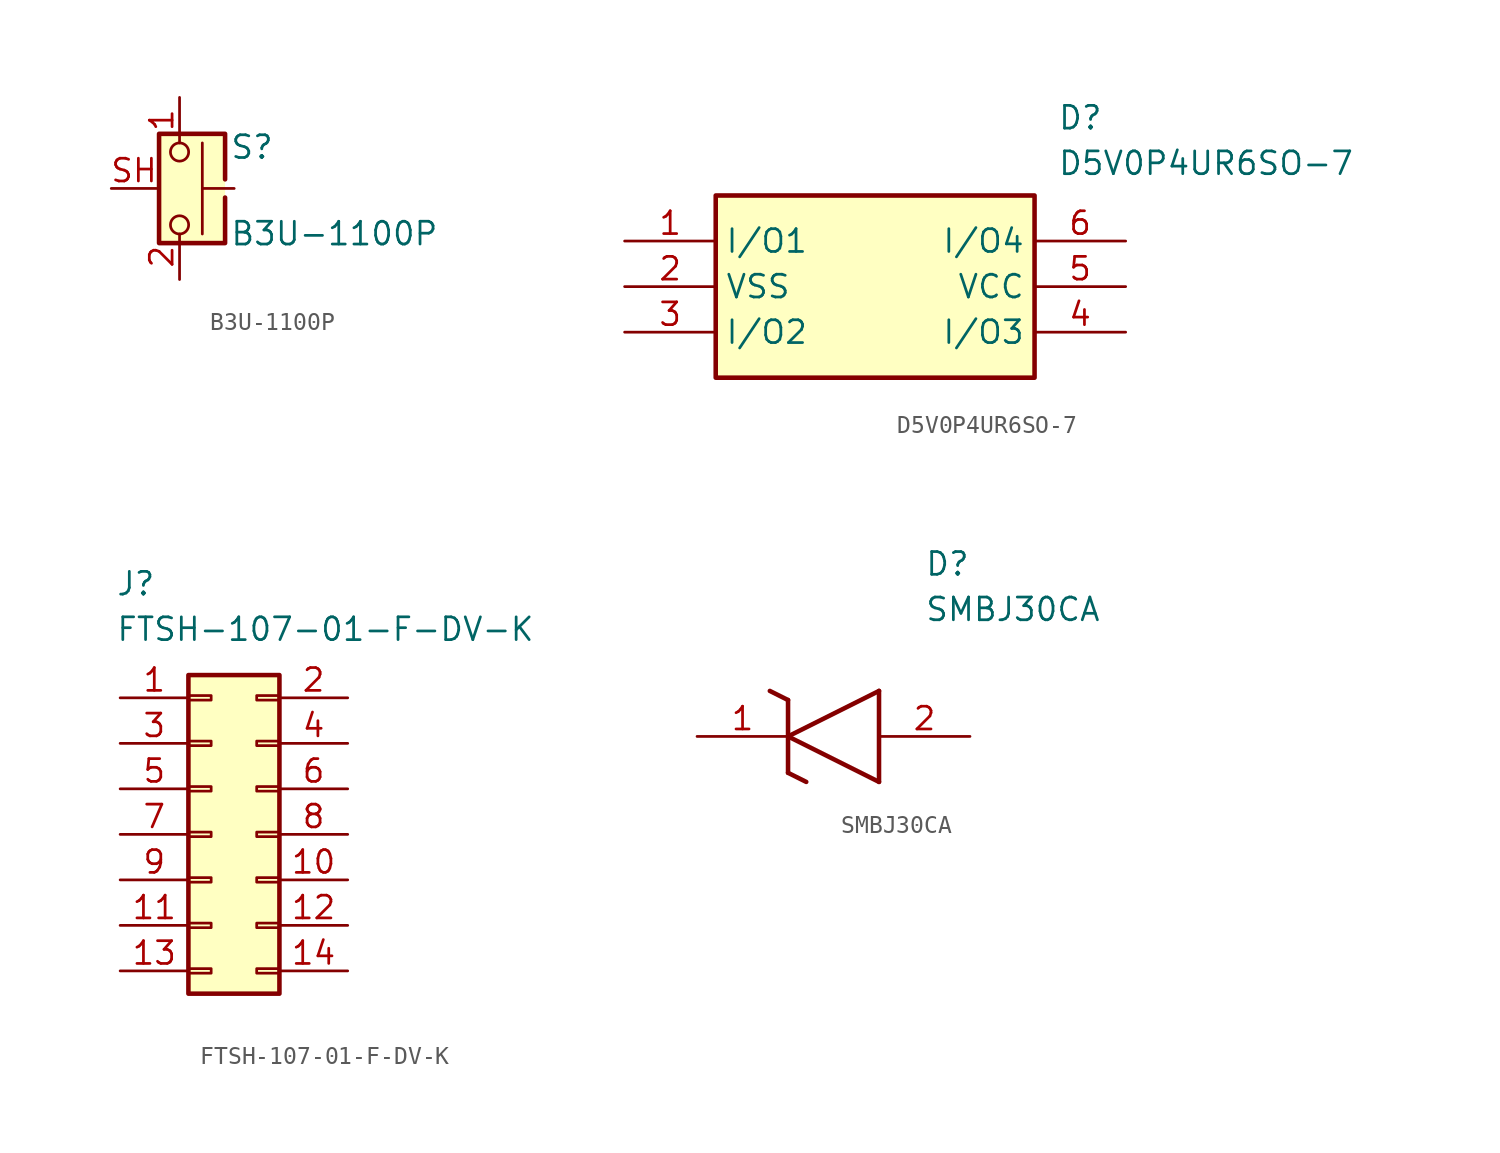
<source format=kicad_sym>
(kicad_symbol_lib
  (version 20231120)
  (generator "kicad_symbol_editor")
  (generator_version "8.0")
  (symbol "B3U-1100P"
    (property "Reference" "S"
      (at 16.764 -10.922 0)
      (effects (font (size 1.27 1.27)) (justify left top)))
    (property "Value" "B3U-1100P"
      (at 16.764 -15.748 0)
      (effects (font (size 1.27 1.27)) (justify left top)))
    (symbol "B3U-1100P_0_1"
      (polyline (pts (xy 15.24 -16.51) (xy 15.24 -11.43)) (stroke (width 0) (type default)) (fill (type none)))
      (polyline (pts (xy 15.24 -13.97) (xy 17.018 -13.97)) (stroke (width 0) (type default)) (fill (type none)))
      (polyline (pts (xy 16.51 -14.478) (xy 16.51 -17.018) (xy 12.827 -17.018) (xy 12.827 -10.922) (xy 16.51 -10.922) (xy 16.51 -13.462)) (stroke (width -0.025) (type default)) (fill (type none)))
      (polyline (pts (xy 16.51 -14.478) (xy 16.51 -17.018) (xy 12.827 -17.018) (xy 12.827 -10.922) (xy 16.51 -10.922) (xy 16.51 -13.462)) (stroke (width 0.254) (type default)) (fill (type none)))
      (circle (center 13.97 -16.002) (radius 0.508) (stroke (width 0) (type default)) (fill (type none)))
      (circle (center 13.97 -11.938) (radius 0.508) (stroke (width 0) (type default)) (fill (type none))))
    (symbol "B3U-1100P_1_1"
      (rectangle (start 16.51 -10.922) (end 12.7 -17.018) (stroke (width -0.025) (type default)) (fill (type background)))
      (pin passive line (at 13.97 -8.89 270) (length 2.54) (name "" (effects (font (size 1.27 1.27)))) (number "1" (effects (font (size 1.27 1.27)))))
      (pin passive line (at 13.97 -19.05 90) (length 2.54) (name "" (effects (font (size 1.27 1.27)))) (number "2" (effects (font (size 1.27 1.27)))))
      (pin passive line (at 10.16 -13.97 0) (length 2.54) (name "" (effects (font (size 1.27 1.27)))) (number "SH" (effects (font (size 1.27 1.27)))))))
  (symbol "D5V0P4UR6SO-7"
    (property "Reference" "D"
      (at 24.13 7.62 0)
      (effects (font (size 1.27 1.27)) (justify left top)))
    (property "Value" "D5V0P4UR6SO-7"
      (at 24.13 5.08 0)
      (effects (font (size 1.27 1.27)) (justify left top)))
    (symbol "D5V0P4UR6SO-7_1_1"
      (rectangle (start 5.08 2.54) (end 22.86 -7.62) (stroke (width 0.254) (type default)) (fill (type background)))
      (pin passive line (at 0 0 0) (length 5.08) (name "I/O1" (effects (font (size 1.27 1.27)))) (number "1" (effects (font (size 1.27 1.27)))))
      (pin passive line (at 0 -2.54 0) (length 5.08) (name "VSS" (effects (font (size 1.27 1.27)))) (number "2" (effects (font (size 1.27 1.27)))))
      (pin passive line (at 0 -5.08 0) (length 5.08) (name "I/O2" (effects (font (size 1.27 1.27)))) (number "3" (effects (font (size 1.27 1.27)))))
      (pin passive line (at 27.94 -5.08 180) (length 5.08) (name "I/O3" (effects (font (size 1.27 1.27)))) (number "4" (effects (font (size 1.27 1.27)))))
      (pin passive line (at 27.94 -2.54 180) (length 5.08) (name "VCC" (effects (font (size 1.27 1.27)))) (number "5" (effects (font (size 1.27 1.27)))))
      (pin passive line (at 27.94 0 180) (length 5.08) (name "I/O4" (effects (font (size 1.27 1.27)))) (number "6" (effects (font (size 1.27 1.27)))))))
  (symbol "FTSH-107-01-F-DV-K"
    (property "Reference" "J"
      (at -6.604 14.732 0)
      (effects (font (size 1.27 1.27)) (justify left top)))
    (property "Value" "FTSH-107-01-F-DV-K"
      (at -6.604 12.192 0)
      (effects (font (size 1.27 1.27)) (justify left top)))
    (symbol "FTSH-107-01-F-DV-K_1_1"
      (rectangle (start -2.54 -7.493) (end -1.27 -7.747) (stroke (width 0.152) (type default)) (fill (type none)))
      (rectangle (start -2.54 -4.953) (end -1.27 -5.207) (stroke (width 0.152) (type default)) (fill (type none)))
      (rectangle (start -2.54 -2.413) (end -1.27 -2.667) (stroke (width 0.152) (type default)) (fill (type none)))
      (rectangle (start -2.54 0.127) (end -1.27 -0.127) (stroke (width 0.152) (type default)) (fill (type none)))
      (rectangle (start -2.54 2.667) (end -1.27 2.413) (stroke (width 0.152) (type default)) (fill (type none)))
      (rectangle (start -2.54 5.207) (end -1.27 4.953) (stroke (width 0.152) (type default)) (fill (type none)))
      (rectangle (start -2.54 7.747) (end -1.27 7.493) (stroke (width 0.152) (type default)) (fill (type none)))
      (rectangle (start -2.54 8.89) (end 2.54 -8.89) (stroke (width 0.254) (type default)) (fill (type background)))
      (rectangle (start 2.54 -7.493) (end 1.27 -7.747) (stroke (width 0.152) (type default)) (fill (type none)))
      (rectangle (start 2.54 -4.953) (end 1.27 -5.207) (stroke (width 0.152) (type default)) (fill (type none)))
      (rectangle (start 2.54 -2.413) (end 1.27 -2.667) (stroke (width 0.152) (type default)) (fill (type none)))
      (rectangle (start 2.54 0.127) (end 1.27 -0.127) (stroke (width 0.152) (type default)) (fill (type none)))
      (rectangle (start 2.54 2.667) (end 1.27 2.413) (stroke (width 0.152) (type default)) (fill (type none)))
      (rectangle (start 2.54 5.207) (end 1.27 4.953) (stroke (width 0.152) (type default)) (fill (type none)))
      (rectangle (start 2.54 7.747) (end 1.27 7.493) (stroke (width 0.152) (type default)) (fill (type none)))
      (pin passive line (at -6.35 7.62 0) (length 3.81) (name "" (effects (font (size 1.27 1.27)))) (number "1" (effects (font (size 1.27 1.27)))))
      (pin passive line (at 6.35 -2.54 180) (length 3.81) (name "" (effects (font (size 1.27 1.27)))) (number "10" (effects (font (size 1.27 1.27)))))
      (pin passive line (at -6.35 -5.08 0) (length 3.81) (name "" (effects (font (size 1.27 1.27)))) (number "11" (effects (font (size 1.27 1.27)))))
      (pin passive line (at 6.35 -5.08 180) (length 3.81) (name "" (effects (font (size 1.27 1.27)))) (number "12" (effects (font (size 1.27 1.27)))))
      (pin passive line (at -6.35 -7.62 0) (length 3.81) (name "" (effects (font (size 1.27 1.27)))) (number "13" (effects (font (size 1.27 1.27)))))
      (pin passive line (at 6.35 -7.62 180) (length 3.81) (name "" (effects (font (size 1.27 1.27)))) (number "14" (effects (font (size 1.27 1.27)))))
      (pin passive line (at 6.35 7.62 180) (length 3.81) (name "" (effects (font (size 1.27 1.27)))) (number "2" (effects (font (size 1.27 1.27)))))
      (pin passive line (at -6.35 5.08 0) (length 3.81) (name "" (effects (font (size 1.27 1.27)))) (number "3" (effects (font (size 1.27 1.27)))))
      (pin passive line (at 6.35 5.08 180) (length 3.81) (name "" (effects (font (size 1.27 1.27)))) (number "4" (effects (font (size 1.27 1.27)))))
      (pin passive line (at -6.35 2.54 0) (length 3.81) (name "" (effects (font (size 1.27 1.27)))) (number "5" (effects (font (size 1.27 1.27)))))
      (pin passive line (at 6.35 2.54 180) (length 3.81) (name "" (effects (font (size 1.27 1.27)))) (number "6" (effects (font (size 1.27 1.27)))))
      (pin passive line (at -6.35 0 0) (length 3.81) (name "" (effects (font (size 1.27 1.27)))) (number "7" (effects (font (size 1.27 1.27)))))
      (pin passive line (at 6.35 0 180) (length 3.81) (name "" (effects (font (size 1.27 1.27)))) (number "8" (effects (font (size 1.27 1.27)))))
      (pin passive line (at -6.35 -2.54 0) (length 3.81) (name "" (effects (font (size 1.27 1.27)))) (number "9" (effects (font (size 1.27 1.27)))))))
  (symbol "SMBJ30CA"
    (pin_names hide)
    (property "Reference" "D"
      (at 12.7 8.89 0)
      (effects (font (size 1.27 1.27)) (justify left bottom)))
    (property "Value" "SMBJ30CA"
      (at 12.7 6.35 0)
      (effects (font (size 1.27 1.27)) (justify left bottom)))
    (symbol "SMBJ30CA_1_1"
      (polyline (pts (xy 4.064 2.54) (xy 5.08 2.032)) (stroke (width 0.254) (type default)) (fill (type none)))
      (polyline (pts (xy 5.08 -2.032) (xy 5.08 2.032)) (stroke (width 0.254) (type default)) (fill (type none)))
      (polyline (pts (xy 5.08 -2.032) (xy 6.096 -2.54)) (stroke (width 0.254) (type default)) (fill (type none)))
      (polyline (pts (xy 5.08 0) (xy 10.16 -2.54)) (stroke (width 0.254) (type default)) (fill (type none)))
      (polyline (pts (xy 10.16 2.54) (xy 5.08 0)) (stroke (width 0.254) (type default)) (fill (type none)))
      (polyline (pts (xy 10.16 2.54) (xy 10.16 -2.54)) (stroke (width 0.254) (type default)) (fill (type none)))
      (pin passive line (at 0 0 0) (length 5.08) (name "1" (effects (font (size 1.27 1.27)))) (number "1" (effects (font (size 1.27 1.27)))))
      (pin passive line (at 15.24 0 180) (length 5.08) (name "2" (effects (font (size 1.27 1.27)))) (number "2" (effects (font (size 1.27 1.27))))))))
</source>
